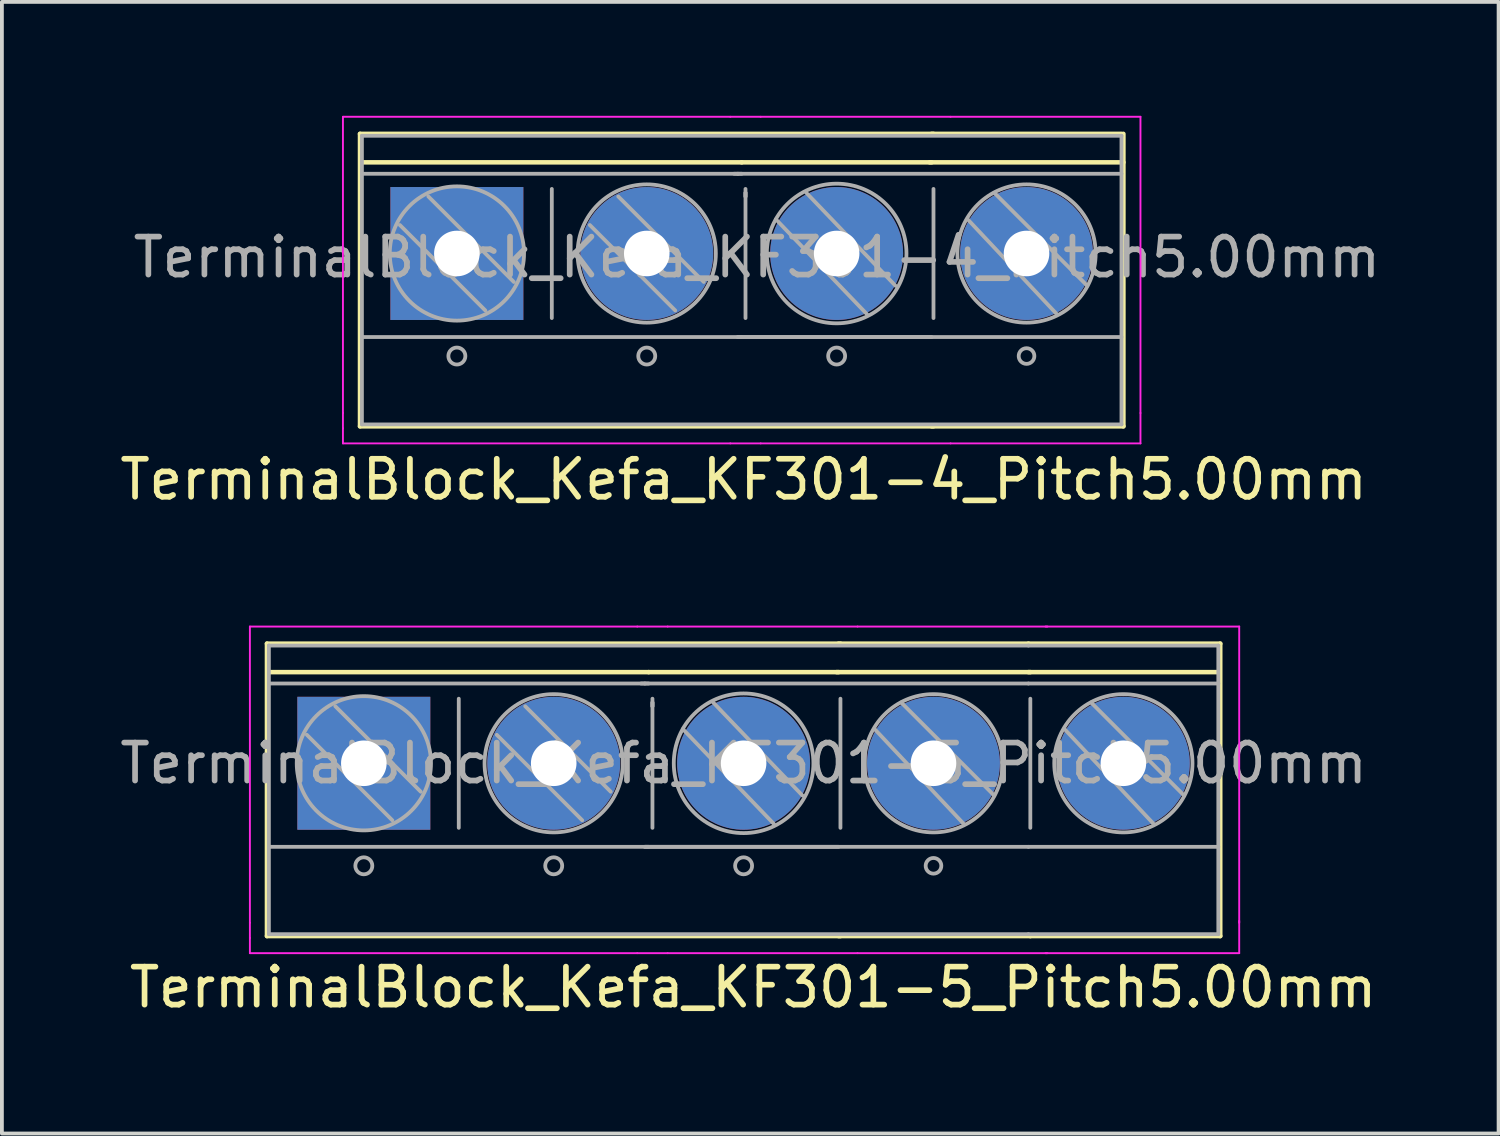
<source format=kicad_pcb>
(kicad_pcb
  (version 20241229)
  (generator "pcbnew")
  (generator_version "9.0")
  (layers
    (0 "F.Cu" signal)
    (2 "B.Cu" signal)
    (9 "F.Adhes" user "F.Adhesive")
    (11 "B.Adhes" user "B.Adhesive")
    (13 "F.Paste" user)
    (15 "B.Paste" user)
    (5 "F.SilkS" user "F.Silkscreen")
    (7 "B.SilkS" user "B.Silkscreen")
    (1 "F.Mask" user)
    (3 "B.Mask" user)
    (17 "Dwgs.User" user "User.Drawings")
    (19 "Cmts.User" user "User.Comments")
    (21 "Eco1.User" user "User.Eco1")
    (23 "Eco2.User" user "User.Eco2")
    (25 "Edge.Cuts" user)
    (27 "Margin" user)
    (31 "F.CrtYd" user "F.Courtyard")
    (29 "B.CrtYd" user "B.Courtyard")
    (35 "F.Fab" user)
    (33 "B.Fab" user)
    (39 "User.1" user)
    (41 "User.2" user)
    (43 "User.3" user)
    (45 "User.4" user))
  (footprint "TerminalBlock_Kefa_KF301-4_Pitch5.00mm"
    (layer "F.Cu")
    (at 8.98 3.625)
    (property "Reference" "TerminalBlock_Kefa_KF301-4_Pitch5.00mm" (at 7.55 5.95 0) (layer "F.SilkS") (effects (font (size 1 1) (thickness 0.15))))
    (attr through_hole)
    (fp_line (start -2.55 4.55) (end -2.55 -3.15) (stroke (width 0.12) (type solid)) (layer "F.SilkS"))
    (fp_line (start -2.55 4.55) (end 12.55 4.55) (stroke (width 0.12) (type solid)) (layer "F.SilkS"))
    (fp_line (start -2.5 -2.4) (end 7.5 -2.4) (stroke (width 0.12) (type solid)) (layer "F.SilkS"))
    (fp_line (start 7.5 -2.4) (end 12.5 -2.4) (stroke (width 0.12) (type solid)) (layer "F.SilkS"))
    (fp_line (start 12.45 -2.4) (end 17.55 -2.4) (stroke (width 0.12) (type solid)) (layer "F.SilkS"))
    (fp_line (start 12.5 -3.15) (end 17.5 -3.15) (stroke (width 0.12) (type solid)) (layer "F.SilkS"))
    (fp_line (start 12.5 4.55) (end 17.55 4.55) (stroke (width 0.12) (type solid)) (layer "F.SilkS"))
    (fp_line (start 12.55 -3.15) (end -2.55 -3.15) (stroke (width 0.12) (type solid)) (layer "F.SilkS"))
    (fp_line (start 17.55 4.55) (end 17.55 -3.15) (stroke (width 0.12) (type solid)) (layer "F.SilkS"))
    (fp_line (start -3 -3.6) (end 7.2 -3.6) (stroke (width 0.05) (type solid)) (layer "F.CrtYd"))
    (fp_line (start -3 4.2) (end -3 -3.6) (stroke (width 0.05) (type solid)) (layer "F.CrtYd"))
    (fp_line (start -3 4.6) (end -3 4.2) (stroke (width 0.05) (type solid)) (layer "F.CrtYd"))
    (fp_line (start -3 5) (end -3 4.6) (stroke (width 0.05) (type solid)) (layer "F.CrtYd"))
    (fp_line (start 7.2 -3.6) (end 8 -3.6) (stroke (width 0.05) (type solid)) (layer "F.CrtYd"))
    (fp_line (start 7.2 5) (end -3 5) (stroke (width 0.05) (type solid)) (layer "F.CrtYd"))
    (fp_line (start 7.2 5) (end 8 5) (stroke (width 0.05) (type solid)) (layer "F.CrtYd"))
    (fp_line (start 8 -3.6) (end 13 -3.6) (stroke (width 0.05) (type solid)) (layer "F.CrtYd"))
    (fp_line (start 8 5) (end 13 5) (stroke (width 0.05) (type solid)) (layer "F.CrtYd"))
    (fp_line (start 13 5) (end 18 5) (stroke (width 0.05) (type solid)) (layer "F.CrtYd"))
    (fp_line (start 18 -3.6) (end 13 -3.6) (stroke (width 0.05) (type solid)) (layer "F.CrtYd"))
    (fp_line (start 18 -3.6) (end 18 4.2) (stroke (width 0.05) (type solid)) (layer "F.CrtYd"))
    (fp_line (start 18 5) (end 18 4.2) (stroke (width 0.05) (type solid)) (layer "F.CrtYd"))
    (fp_line (start -2.5 4.5) (end -2.5 -3.1) (stroke (width 0.1) (type solid)) (layer "F.Fab"))
    (fp_line (start -1.5 -0.749) (end 0.75 1.501) (stroke (width 0.1) (type solid)) (layer "F.Fab"))
    (fp_line (start -0.751 -1.501) (end 1.499 0.749) (stroke (width 0.1) (type solid)) (layer "F.Fab"))
    (fp_line (start 2.5 -1.7) (end 2.5 1.7) (stroke (width 0.1) (type solid)) (layer "F.Fab"))
    (fp_line (start 3.501 -0.749) (end 5.751 1.501) (stroke (width 0.1) (type solid)) (layer "F.Fab"))
    (fp_line (start 4.25 -1.501) (end 6.501 0.749) (stroke (width 0.1) (type solid)) (layer "F.Fab"))
    (fp_line (start 7.4 -2.1) (end 7.3 -2.1) (stroke (width 0.1) (type solid)) (layer "F.Fab"))
    (fp_line (start 7.4 -2.1) (end 7.5 -2.1) (stroke (width 0.1) (type solid)) (layer "F.Fab"))
    (fp_line (start 7.4 2.2) (end 7.5 2.2) (stroke (width 0.1) (type solid)) (layer "F.Fab"))
    (fp_line (start 7.4 2.2) (end 12.5 2.2) (stroke (width 0.1) (type solid)) (layer "F.Fab"))
    (fp_line (start 7.6 -1.6) (end 7.6 -1.5) (stroke (width 0.1) (type solid)) (layer "F.Fab"))
    (fp_line (start 7.6 -1.5) (end 7.6 -1.7) (stroke (width 0.1) (type solid)) (layer "F.Fab"))
    (fp_line (start 7.6 1.7) (end 7.6 -1.6) (stroke (width 0.1) (type solid)) (layer "F.Fab"))
    (fp_line (start 8.4 -0.9) (end 10.8 1.6) (stroke (width 0.1) (type solid)) (layer "F.Fab"))
    (fp_line (start 9.2 -1.6) (end 11.55 0.85) (stroke (width 0.1) (type solid)) (layer "F.Fab"))
    (fp_line (start 12.55 -1.7) (end 12.55 1.7) (stroke (width 0.1) (type solid)) (layer "F.Fab"))
    (fp_line (start 13.45 -0.9) (end 15.8 1.6) (stroke (width 0.1) (type solid)) (layer "F.Fab"))
    (fp_line (start 14.15 -1.6) (end 16.6 0.85) (stroke (width 0.1) (type solid)) (layer "F.Fab"))
    (fp_line (start 17.5 -3.1) (end -2.5 -3.1) (stroke (width 0.1) (type solid)) (layer "F.Fab"))
    (fp_line (start 17.5 -3.1) (end 17.5 4.5) (stroke (width 0.1) (type solid)) (layer "F.Fab"))
    (fp_line (start 17.5 -2.1) (end -2.5 -2.1) (stroke (width 0.1) (type solid)) (layer "F.Fab"))
    (fp_line (start 17.5 2.2) (end -2.5 2.2) (stroke (width 0.1) (type solid)) (layer "F.Fab"))
    (fp_line (start 17.5 4.5) (end -2.5 4.5) (stroke (width 0.1) (type solid)) (layer "F.Fab"))
    (fp_circle (center 0 2.7) (end 0.2 2.8) (stroke (width 0.1) (type solid)) (fill no) (layer "F.Fab"))
    (fp_circle (center 0.001 0) (end 1.751 0.249) (stroke (width 0.1) (type solid)) (fill no) (layer "F.Fab"))
    (fp_circle (center 4.999 0) (end 6.749 0.5) (stroke (width 0.1) (type solid)) (fill no) (layer "F.Fab"))
    (fp_circle (center 5 2.7) (end 5.2 2.8) (stroke (width 0.1) (type solid)) (fill no) (layer "F.Fab"))
    (fp_circle (center 10 0) (end 11.7 0.7) (stroke (width 0.1) (type solid)) (fill no) (layer "F.Fab"))
    (fp_circle (center 10 2.7) (end 10.2 2.8) (stroke (width 0.1) (type solid)) (fill no) (layer "F.Fab"))
    (fp_circle (center 15 0) (end 16.75 0.5) (stroke (width 0.1) (type solid)) (fill no) (layer "F.Fab"))
    (fp_circle (center 15 2.7) (end 15.2 2.65) (stroke (width 0.1) (type solid)) (fill no) (layer "F.Fab"))
    (fp_text user "${REFERENCE}" (at 7.9 0.1 0) (layer "F.Fab") (effects (font (size 1 1) (thickness 0.15))))
    (pad "1" thru_hole rect (at 0 0) (size 3.5 3.5) (drill 1.2) (layers "*.Cu" "*.Mask"))
    (pad "2" thru_hole circle (at 5 0) (size 3.5 3.5) (drill 1.2) (layers "*.Cu" "*.Mask"))
    (pad "3" thru_hole circle (at 10 0) (size 3.5 3.5) (drill 1.2) (layers "*.Cu" "*.Mask"))
    (pad "4" thru_hole circle (at 15 0) (size 3.5 3.5) (drill 1.2) (layers "*.Cu" "*.Mask")))
  (footprint "TerminalBlock_Kefa_KF301-5_Pitch5.00mm"
    (layer "F.Cu")
    (at 6.53 17.048)
    (property "Reference" "TerminalBlock_Kefa_KF301-5_Pitch5.00mm" (at 10.25 5.9 0) (layer "F.SilkS") (effects (font (size 1 1) (thickness 0.15))))
    (attr through_hole)
    (fp_line (start -2.55 4.55) (end -2.55 -3.15) (stroke (width 0.12) (type solid)) (layer "F.SilkS"))
    (fp_line (start -2.55 4.55) (end 12.55 4.55) (stroke (width 0.12) (type solid)) (layer "F.SilkS"))
    (fp_line (start -2.5 -2.4) (end 7.5 -2.4) (stroke (width 0.12) (type solid)) (layer "F.SilkS"))
    (fp_line (start 7.5 -2.4) (end 12.5 -2.4) (stroke (width 0.12) (type solid)) (layer "F.SilkS"))
    (fp_line (start 12.45 -2.4) (end 17.55 -2.4) (stroke (width 0.12) (type solid)) (layer "F.SilkS"))
    (fp_line (start 12.5 -3.15) (end 17.5 -3.15) (stroke (width 0.12) (type solid)) (layer "F.SilkS"))
    (fp_line (start 12.5 4.55) (end 17.55 4.55) (stroke (width 0.12) (type solid)) (layer "F.SilkS"))
    (fp_line (start 12.55 -3.15) (end -2.55 -3.15) (stroke (width 0.12) (type solid)) (layer "F.SilkS"))
    (fp_line (start 17.5 -3.15) (end 22.55 -3.15) (stroke (width 0.12) (type solid)) (layer "F.SilkS"))
    (fp_line (start 17.5 -2.4) (end 22.5 -2.4) (stroke (width 0.12) (type solid)) (layer "F.SilkS"))
    (fp_line (start 17.55 4.55) (end 22.55 4.55) (stroke (width 0.12) (type solid)) (layer "F.SilkS"))
    (fp_line (start 22.55 4.55) (end 22.55 -3.15) (stroke (width 0.12) (type solid)) (layer "F.SilkS"))
    (fp_line (start -3 -3.6) (end 7.2 -3.6) (stroke (width 0.05) (type solid)) (layer "F.CrtYd"))
    (fp_line (start -3 4.2) (end -3 -3.6) (stroke (width 0.05) (type solid)) (layer "F.CrtYd"))
    (fp_line (start -3 4.6) (end -3 4.2) (stroke (width 0.05) (type solid)) (layer "F.CrtYd"))
    (fp_line (start -3 5) (end -3 4.6) (stroke (width 0.05) (type solid)) (layer "F.CrtYd"))
    (fp_line (start 7.2 -3.6) (end 8 -3.6) (stroke (width 0.05) (type solid)) (layer "F.CrtYd"))
    (fp_line (start 7.2 5) (end -3 5) (stroke (width 0.05) (type solid)) (layer "F.CrtYd"))
    (fp_line (start 7.2 5) (end 8 5) (stroke (width 0.05) (type solid)) (layer "F.CrtYd"))
    (fp_line (start 8 -3.6) (end 13 -3.6) (stroke (width 0.05) (type solid)) (layer "F.CrtYd"))
    (fp_line (start 8 5) (end 13 5) (stroke (width 0.05) (type solid)) (layer "F.CrtYd"))
    (fp_line (start 13 5) (end 18 5) (stroke (width 0.05) (type solid)) (layer "F.CrtYd"))
    (fp_line (start 17.95 -3.6) (end 23.05 -3.6) (stroke (width 0.05) (type solid)) (layer "F.CrtYd"))
    (fp_line (start 17.95 5) (end 23.05 5) (stroke (width 0.05) (type solid)) (layer "F.CrtYd"))
    (fp_line (start 18 -3.6) (end 13 -3.6) (stroke (width 0.05) (type solid)) (layer "F.CrtYd"))
    (fp_line (start 23.05 -3.6) (end 23.05 4.2) (stroke (width 0.05) (type solid)) (layer "F.CrtYd"))
    (fp_line (start 23.05 5) (end 23.05 4.15) (stroke (width 0.05) (type solid)) (layer "F.CrtYd"))
    (fp_line (start -2.5 4.5) (end -2.5 -3.1) (stroke (width 0.1) (type solid)) (layer "F.Fab"))
    (fp_line (start -1.5 -0.749) (end 0.75 1.501) (stroke (width 0.1) (type solid)) (layer "F.Fab"))
    (fp_line (start -0.751 -1.501) (end 1.499 0.749) (stroke (width 0.1) (type solid)) (layer "F.Fab"))
    (fp_line (start 2.5 -1.7) (end 2.5 1.7) (stroke (width 0.1) (type solid)) (layer "F.Fab"))
    (fp_line (start 3.501 -0.749) (end 5.751 1.501) (stroke (width 0.1) (type solid)) (layer "F.Fab"))
    (fp_line (start 4.25 -1.501) (end 6.501 0.749) (stroke (width 0.1) (type solid)) (layer "F.Fab"))
    (fp_line (start 7.4 -2.1) (end 7.3 -2.1) (stroke (width 0.1) (type solid)) (layer "F.Fab"))
    (fp_line (start 7.4 -2.1) (end 7.5 -2.1) (stroke (width 0.1) (type solid)) (layer "F.Fab"))
    (fp_line (start 7.4 2.2) (end 7.5 2.2) (stroke (width 0.1) (type solid)) (layer "F.Fab"))
    (fp_line (start 7.4 2.2) (end 12.5 2.2) (stroke (width 0.1) (type solid)) (layer "F.Fab"))
    (fp_line (start 7.6 -1.6) (end 7.6 -1.5) (stroke (width 0.1) (type solid)) (layer "F.Fab"))
    (fp_line (start 7.6 -1.5) (end 7.6 -1.7) (stroke (width 0.1) (type solid)) (layer "F.Fab"))
    (fp_line (start 7.6 1.7) (end 7.6 -1.6) (stroke (width 0.1) (type solid)) (layer "F.Fab"))
    (fp_line (start 8.4 -0.9) (end 10.8 1.6) (stroke (width 0.1) (type solid)) (layer "F.Fab"))
    (fp_line (start 9.2 -1.6) (end 11.55 0.85) (stroke (width 0.1) (type solid)) (layer "F.Fab"))
    (fp_line (start 12.55 -1.7) (end 12.55 1.7) (stroke (width 0.1) (type solid)) (layer "F.Fab"))
    (fp_line (start 13.45 -0.9) (end 15.8 1.6) (stroke (width 0.1) (type solid)) (layer "F.Fab"))
    (fp_line (start 14.15 -1.6) (end 16.6 0.85) (stroke (width 0.1) (type solid)) (layer "F.Fab"))
    (fp_line (start 17.5 -3.1) (end -2.5 -3.1) (stroke (width 0.1) (type solid)) (layer "F.Fab"))
    (fp_line (start 17.5 -3.1) (end 22.5 -3.1) (stroke (width 0.1) (type solid)) (layer "F.Fab"))
    (fp_line (start 17.5 -2.1) (end -2.5 -2.1) (stroke (width 0.1) (type solid)) (layer "F.Fab"))
    (fp_line (start 17.5 -2.1) (end 22.5 -2.1) (stroke (width 0.1) (type solid)) (layer "F.Fab"))
    (fp_line (start 17.5 2.2) (end -2.5 2.2) (stroke (width 0.1) (type solid)) (layer "F.Fab"))
    (fp_line (start 17.5 2.2) (end 22.5 2.2) (stroke (width 0.1) (type solid)) (layer "F.Fab"))
    (fp_line (start 17.5 4.5) (end -2.5 4.5) (stroke (width 0.1) (type solid)) (layer "F.Fab"))
    (fp_line (start 17.5 4.5) (end 22.5 4.5) (stroke (width 0.1) (type solid)) (layer "F.Fab"))
    (fp_line (start 17.55 -1.7) (end 17.55 1.7) (stroke (width 0.1) (type solid)) (layer "F.Fab"))
    (fp_line (start 18.45 -0.9) (end 20.8 1.6) (stroke (width 0.1) (type solid)) (layer "F.Fab"))
    (fp_line (start 19.15 -1.6) (end 21.6 0.85) (stroke (width 0.1) (type solid)) (layer "F.Fab"))
    (fp_line (start 22.5 -3.1) (end 22.5 4.5) (stroke (width 0.1) (type solid)) (layer "F.Fab"))
    (fp_circle (center 0 2.7) (end 0.2 2.8) (stroke (width 0.1) (type solid)) (fill no) (layer "F.Fab"))
    (fp_circle (center 0.001 0) (end 1.751 0.249) (stroke (width 0.1) (type solid)) (fill no) (layer "F.Fab"))
    (fp_circle (center 4.999 0) (end 6.749 0.5) (stroke (width 0.1) (type solid)) (fill no) (layer "F.Fab"))
    (fp_circle (center 5 2.7) (end 5.2 2.8) (stroke (width 0.1) (type solid)) (fill no) (layer "F.Fab"))
    (fp_circle (center 10 0) (end 11.7 0.7) (stroke (width 0.1) (type solid)) (fill no) (layer "F.Fab"))
    (fp_circle (center 10 2.7) (end 10.2 2.8) (stroke (width 0.1) (type solid)) (fill no) (layer "F.Fab"))
    (fp_circle (center 15 0) (end 16.75 0.5) (stroke (width 0.1) (type solid)) (fill no) (layer "F.Fab"))
    (fp_circle (center 15 2.7) (end 15.2 2.65) (stroke (width 0.1) (type solid)) (fill no) (layer "F.Fab"))
    (fp_circle (center 20 0) (end 21.75 0.5) (stroke (width 0.1) (type solid)) (fill no) (layer "F.Fab"))
    (fp_text user "${REFERENCE}" (at 10 0 0) (layer "F.Fab") (effects (font (size 1 1) (thickness 0.15))))
    (pad "1" thru_hole rect (at 0 0) (size 3.5 3.5) (drill 1.2) (layers "*.Cu" "*.Mask"))
    (pad "2" thru_hole circle (at 5 0) (size 3.5 3.5) (drill 1.2) (layers "*.Cu" "*.Mask"))
    (pad "3" thru_hole circle (at 10 0) (size 3.5 3.5) (drill 1.2) (layers "*.Cu" "*.Mask"))
    (pad "4" thru_hole circle (at 15 0) (size 3.5 3.5) (drill 1.2) (layers "*.Cu" "*.Mask"))
    (pad "5" thru_hole circle (at 20 0) (size 3.5 3.5) (drill 1.2) (layers "*.Cu" "*.Mask")))
  (gr_rect
    (start -3 -3)
    (end 36.41 26.797)
    (stroke (width 0.1) (type default))
    (fill no)
    (layer "Edge.Cuts")))
</source>
